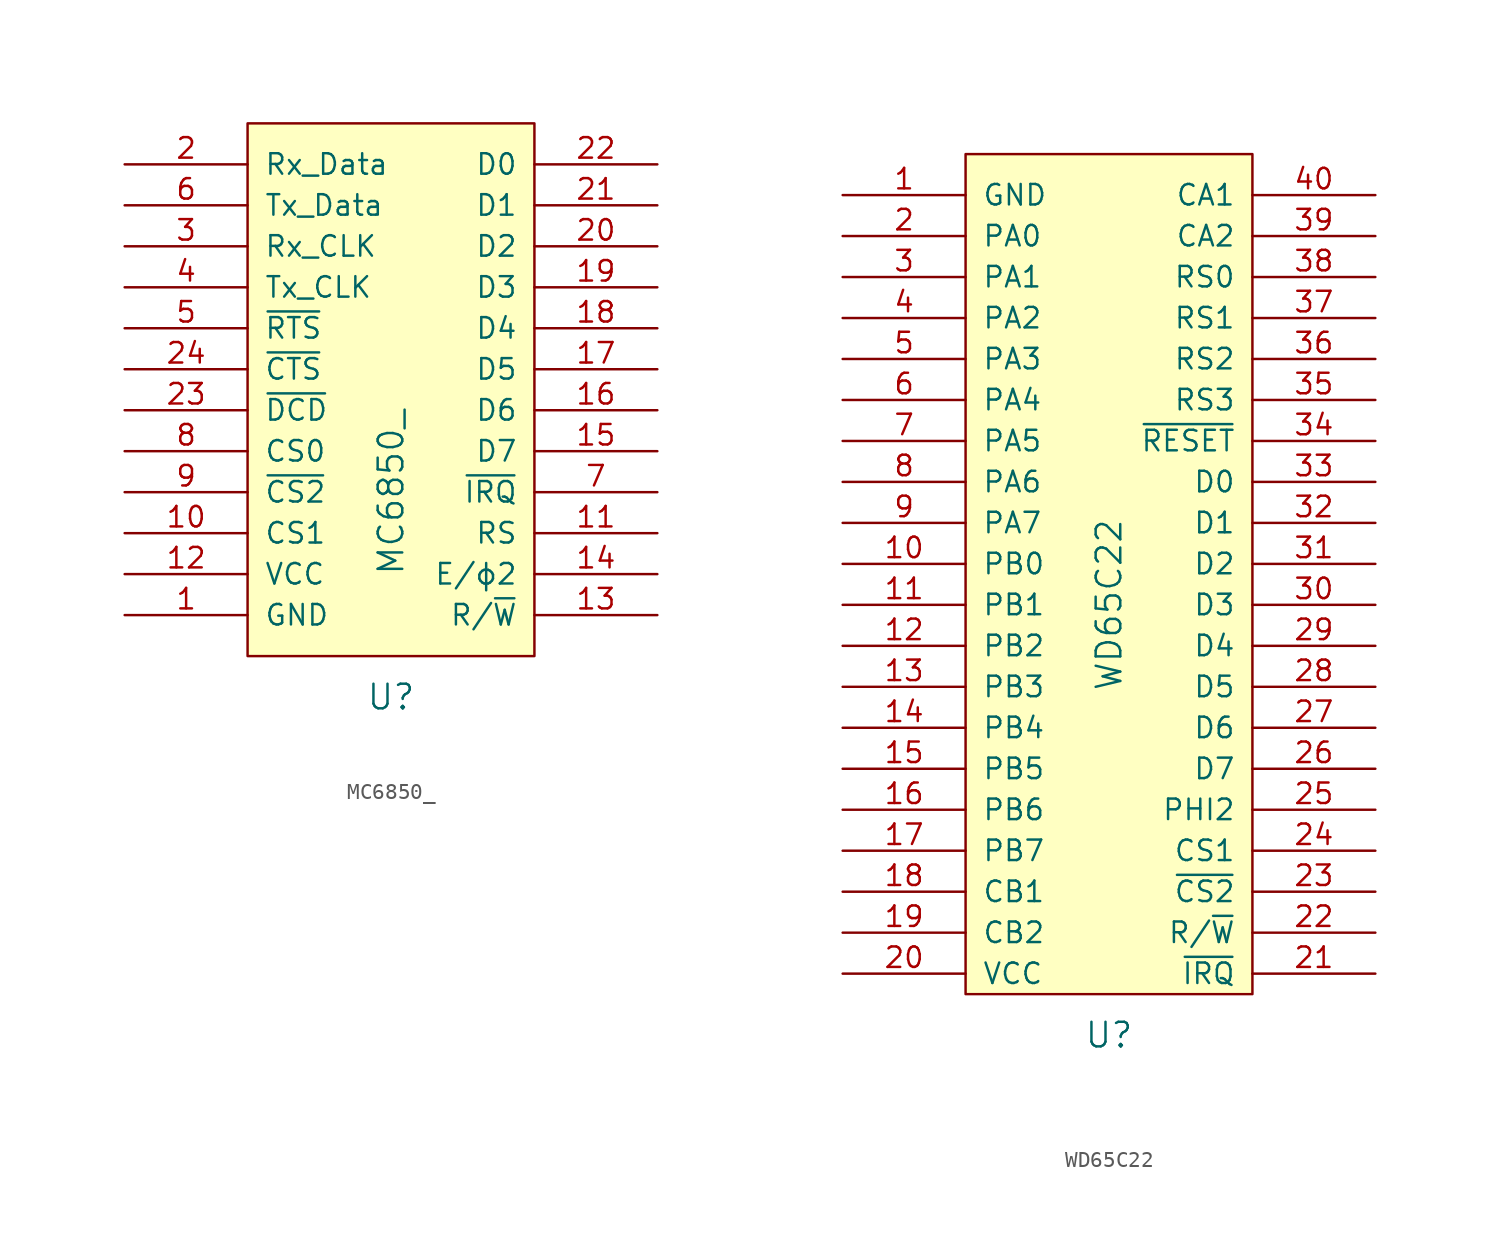
<source format=kicad_sym>
(kicad_symbol_lib
  (version 20211014)
  (generator kicad_symbol_editor)
  (symbol "MC6850_"
    (pin_names
      (offset 1.016))
    (property "Reference" "U"
      (at 0 -19.05 0)
      (effects (font (size 1.524 1.524))))
    (property "Value" "MC6850_"
      (at 0 -6.35 90)
      (effects (font (size 1.524 1.524))))
    (property "Footprint" ""
      (at 0 -16.51 0)
      (effects (font (size 1.524 1.524))))
    (property "Datasheet" ""
      (at 0 -16.51 0)
      (effects (font (size 1.524 1.524))))
    (symbol "MC6850__0_1"
      (rectangle (start -8.89 16.51) (end 8.89 -16.51) (stroke (width 0) (type default) (color 0 0 0 0)) (fill (type background))))
    (symbol "MC6850__1_1"
      (pin power_in line (at -16.51 -13.97 0) (length 7.62) (name "GND" (effects (font (size 1.27 1.27)))) (number "1" (effects (font (size 1.27 1.27)))))
      (pin input line (at -16.51 -8.89 0) (length 7.62) (name "CS1" (effects (font (size 1.27 1.27)))) (number "10" (effects (font (size 1.27 1.27)))))
      (pin input line (at 16.51 -8.89 180) (length 7.62) (name "RS" (effects (font (size 1.27 1.27)))) (number "11" (effects (font (size 1.27 1.27)))))
      (pin power_in line (at -16.51 -11.43 0) (length 7.62) (name "VCC" (effects (font (size 1.27 1.27)))) (number "12" (effects (font (size 1.27 1.27)))))
      (pin input line (at 16.51 -13.97 180) (length 7.62) (name "R/~{W}" (effects (font (size 1.27 1.27)))) (number "13" (effects (font (size 1.27 1.27)))))
      (pin input line (at 16.51 -11.43 180) (length 7.62) (name "E/ϕ2" (effects (font (size 1.27 1.27)))) (number "14" (effects (font (size 1.27 1.27)))))
      (pin bidirectional line (at 16.51 -3.81 180) (length 7.62) (name "D7" (effects (font (size 1.27 1.27)))) (number "15" (effects (font (size 1.27 1.27)))))
      (pin bidirectional line (at 16.51 -1.27 180) (length 7.62) (name "D6" (effects (font (size 1.27 1.27)))) (number "16" (effects (font (size 1.27 1.27)))))
      (pin bidirectional line (at 16.51 1.27 180) (length 7.62) (name "D5" (effects (font (size 1.27 1.27)))) (number "17" (effects (font (size 1.27 1.27)))))
      (pin bidirectional line (at 16.51 3.81 180) (length 7.62) (name "D4" (effects (font (size 1.27 1.27)))) (number "18" (effects (font (size 1.27 1.27)))))
      (pin bidirectional line (at 16.51 6.35 180) (length 7.62) (name "D3" (effects (font (size 1.27 1.27)))) (number "19" (effects (font (size 1.27 1.27)))))
      (pin input line (at -16.51 13.97 0) (length 7.62) (name "Rx_Data" (effects (font (size 1.27 1.27)))) (number "2" (effects (font (size 1.27 1.27)))))
      (pin bidirectional line (at 16.51 8.89 180) (length 7.62) (name "D2" (effects (font (size 1.27 1.27)))) (number "20" (effects (font (size 1.27 1.27)))))
      (pin bidirectional line (at 16.51 11.43 180) (length 7.62) (name "D1" (effects (font (size 1.27 1.27)))) (number "21" (effects (font (size 1.27 1.27)))))
      (pin bidirectional line (at 16.51 13.97 180) (length 7.62) (name "D0" (effects (font (size 1.27 1.27)))) (number "22" (effects (font (size 1.27 1.27)))))
      (pin input line (at -16.51 -1.27 0) (length 7.62) (name "~{DCD}" (effects (font (size 1.27 1.27)))) (number "23" (effects (font (size 1.27 1.27)))))
      (pin bidirectional line (at -16.51 1.27 0) (length 7.62) (name "~{CTS}" (effects (font (size 1.27 1.27)))) (number "24" (effects (font (size 1.27 1.27)))))
      (pin input line (at -16.51 8.89 0) (length 7.62) (name "Rx_CLK" (effects (font (size 1.27 1.27)))) (number "3" (effects (font (size 1.27 1.27)))))
      (pin input line (at -16.51 6.35 0) (length 7.62) (name "Tx_CLK" (effects (font (size 1.27 1.27)))) (number "4" (effects (font (size 1.27 1.27)))))
      (pin input line (at -16.51 3.81 0) (length 7.62) (name "~{RTS}" (effects (font (size 1.27 1.27)))) (number "5" (effects (font (size 1.27 1.27)))))
      (pin output line (at -16.51 11.43 0) (length 7.62) (name "Tx_Data" (effects (font (size 1.27 1.27)))) (number "6" (effects (font (size 1.27 1.27)))))
      (pin output line (at 16.51 -6.35 180) (length 7.62) (name "~{IRQ}" (effects (font (size 1.27 1.27)))) (number "7" (effects (font (size 1.27 1.27)))))
      (pin input line (at -16.51 -3.81 0) (length 7.62) (name "CS0" (effects (font (size 1.27 1.27)))) (number "8" (effects (font (size 1.27 1.27)))))
      (pin input line (at -16.51 -6.35 0) (length 7.62) (name "~{CS2}" (effects (font (size 1.27 1.27)))) (number "9" (effects (font (size 1.27 1.27)))))))
  (symbol "WD65C22"
    (pin_names
      (offset 1.016))
    (property "Reference" "U"
      (at 0 -29.21 0)
      (effects (font (size 1.524 1.524))))
    (property "Value" "WD65C22"
      (at 0 -2.54 90)
      (effects (font (size 1.524 1.524))))
    (property "Footprint" ""
      (at -12.7 5.08 0)
      (effects (font (size 1.524 1.524))))
    (property "Datasheet" ""
      (at -12.7 5.08 0)
      (effects (font (size 1.524 1.524))))
    (symbol "WD65C22_0_1"
      (rectangle (start -8.89 25.4) (end 8.89 -26.67) (stroke (width 0) (type default) (color 0 0 0 0)) (fill (type background))))
    (symbol "WD65C22_1_1"
      (pin power_in line (at -16.51 22.86 0) (length 7.62) (name "GND" (effects (font (size 1.27 1.27)))) (number "1" (effects (font (size 1.27 1.27)))))
      (pin bidirectional line (at -16.51 0 0) (length 7.62) (name "PB0" (effects (font (size 1.27 1.27)))) (number "10" (effects (font (size 1.27 1.27)))))
      (pin bidirectional line (at -16.51 -2.54 0) (length 7.62) (name "PB1" (effects (font (size 1.27 1.27)))) (number "11" (effects (font (size 1.27 1.27)))))
      (pin bidirectional line (at -16.51 -5.08 0) (length 7.62) (name "PB2" (effects (font (size 1.27 1.27)))) (number "12" (effects (font (size 1.27 1.27)))))
      (pin bidirectional line (at -16.51 -7.62 0) (length 7.62) (name "PB3" (effects (font (size 1.27 1.27)))) (number "13" (effects (font (size 1.27 1.27)))))
      (pin bidirectional line (at -16.51 -10.16 0) (length 7.62) (name "PB4" (effects (font (size 1.27 1.27)))) (number "14" (effects (font (size 1.27 1.27)))))
      (pin bidirectional line (at -16.51 -12.7 0) (length 7.62) (name "PB5" (effects (font (size 1.27 1.27)))) (number "15" (effects (font (size 1.27 1.27)))))
      (pin bidirectional line (at -16.51 -15.24 0) (length 7.62) (name "PB6" (effects (font (size 1.27 1.27)))) (number "16" (effects (font (size 1.27 1.27)))))
      (pin bidirectional line (at -16.51 -17.78 0) (length 7.62) (name "PB7" (effects (font (size 1.27 1.27)))) (number "17" (effects (font (size 1.27 1.27)))))
      (pin bidirectional line (at -16.51 -20.32 0) (length 7.62) (name "CB1" (effects (font (size 1.27 1.27)))) (number "18" (effects (font (size 1.27 1.27)))))
      (pin output line (at -16.51 -22.86 0) (length 7.62) (name "CB2" (effects (font (size 1.27 1.27)))) (number "19" (effects (font (size 1.27 1.27)))))
      (pin bidirectional line (at -16.51 20.32 0) (length 7.62) (name "PA0" (effects (font (size 1.27 1.27)))) (number "2" (effects (font (size 1.27 1.27)))))
      (pin power_in line (at -16.51 -25.4 0) (length 7.62) (name "VCC" (effects (font (size 1.27 1.27)))) (number "20" (effects (font (size 1.27 1.27)))))
      (pin output line (at 16.51 -25.4 180) (length 7.62) (name "~{IRQ}" (effects (font (size 1.27 1.27)))) (number "21" (effects (font (size 1.27 1.27)))))
      (pin input line (at 16.51 -22.86 180) (length 7.62) (name "R/~{W}" (effects (font (size 1.27 1.27)))) (number "22" (effects (font (size 1.27 1.27)))))
      (pin input line (at 16.51 -20.32 180) (length 7.62) (name "~{CS2}" (effects (font (size 1.27 1.27)))) (number "23" (effects (font (size 1.27 1.27)))))
      (pin input line (at 16.51 -17.78 180) (length 7.62) (name "CS1" (effects (font (size 1.27 1.27)))) (number "24" (effects (font (size 1.27 1.27)))))
      (pin input line (at 16.51 -15.24 180) (length 7.62) (name "PHI2" (effects (font (size 1.27 1.27)))) (number "25" (effects (font (size 1.27 1.27)))))
      (pin tri_state line (at 16.51 -12.7 180) (length 7.62) (name "D7" (effects (font (size 1.27 1.27)))) (number "26" (effects (font (size 1.27 1.27)))))
      (pin tri_state line (at 16.51 -10.16 180) (length 7.62) (name "D6" (effects (font (size 1.27 1.27)))) (number "27" (effects (font (size 1.27 1.27)))))
      (pin tri_state line (at 16.51 -7.62 180) (length 7.62) (name "D5" (effects (font (size 1.27 1.27)))) (number "28" (effects (font (size 1.27 1.27)))))
      (pin tri_state line (at 16.51 -5.08 180) (length 7.62) (name "D4" (effects (font (size 1.27 1.27)))) (number "29" (effects (font (size 1.27 1.27)))))
      (pin bidirectional line (at -16.51 17.78 0) (length 7.62) (name "PA1" (effects (font (size 1.27 1.27)))) (number "3" (effects (font (size 1.27 1.27)))))
      (pin tri_state line (at 16.51 -2.54 180) (length 7.62) (name "D3" (effects (font (size 1.27 1.27)))) (number "30" (effects (font (size 1.27 1.27)))))
      (pin tri_state line (at 16.51 0 180) (length 7.62) (name "D2" (effects (font (size 1.27 1.27)))) (number "31" (effects (font (size 1.27 1.27)))))
      (pin tri_state line (at 16.51 2.54 180) (length 7.62) (name "D1" (effects (font (size 1.27 1.27)))) (number "32" (effects (font (size 1.27 1.27)))))
      (pin tri_state line (at 16.51 5.08 180) (length 7.62) (name "D0" (effects (font (size 1.27 1.27)))) (number "33" (effects (font (size 1.27 1.27)))))
      (pin input line (at 16.51 7.62 180) (length 7.62) (name "~{RESET}" (effects (font (size 1.27 1.27)))) (number "34" (effects (font (size 1.27 1.27)))))
      (pin input line (at 16.51 10.16 180) (length 7.62) (name "RS3" (effects (font (size 1.27 1.27)))) (number "35" (effects (font (size 1.27 1.27)))))
      (pin input line (at 16.51 12.7 180) (length 7.62) (name "RS2" (effects (font (size 1.27 1.27)))) (number "36" (effects (font (size 1.27 1.27)))))
      (pin input line (at 16.51 15.24 180) (length 7.62) (name "RS1" (effects (font (size 1.27 1.27)))) (number "37" (effects (font (size 1.27 1.27)))))
      (pin input line (at 16.51 17.78 180) (length 7.62) (name "RS0" (effects (font (size 1.27 1.27)))) (number "38" (effects (font (size 1.27 1.27)))))
      (pin bidirectional line (at 16.51 20.32 180) (length 7.62) (name "CA2" (effects (font (size 1.27 1.27)))) (number "39" (effects (font (size 1.27 1.27)))))
      (pin bidirectional line (at -16.51 15.24 0) (length 7.62) (name "PA2" (effects (font (size 1.27 1.27)))) (number "4" (effects (font (size 1.27 1.27)))))
      (pin bidirectional line (at 16.51 22.86 180) (length 7.62) (name "CA1" (effects (font (size 1.27 1.27)))) (number "40" (effects (font (size 1.27 1.27)))))
      (pin bidirectional line (at -16.51 12.7 0) (length 7.62) (name "PA3" (effects (font (size 1.27 1.27)))) (number "5" (effects (font (size 1.27 1.27)))))
      (pin bidirectional line (at -16.51 10.16 0) (length 7.62) (name "PA4" (effects (font (size 1.27 1.27)))) (number "6" (effects (font (size 1.27 1.27)))))
      (pin bidirectional line (at -16.51 7.62 0) (length 7.62) (name "PA5" (effects (font (size 1.27 1.27)))) (number "7" (effects (font (size 1.27 1.27)))))
      (pin bidirectional line (at -16.51 5.08 0) (length 7.62) (name "PA6" (effects (font (size 1.27 1.27)))) (number "8" (effects (font (size 1.27 1.27)))))
      (pin bidirectional line (at -16.51 2.54 0) (length 7.62) (name "PA7" (effects (font (size 1.27 1.27)))) (number "9" (effects (font (size 1.27 1.27))))))))
</source>
